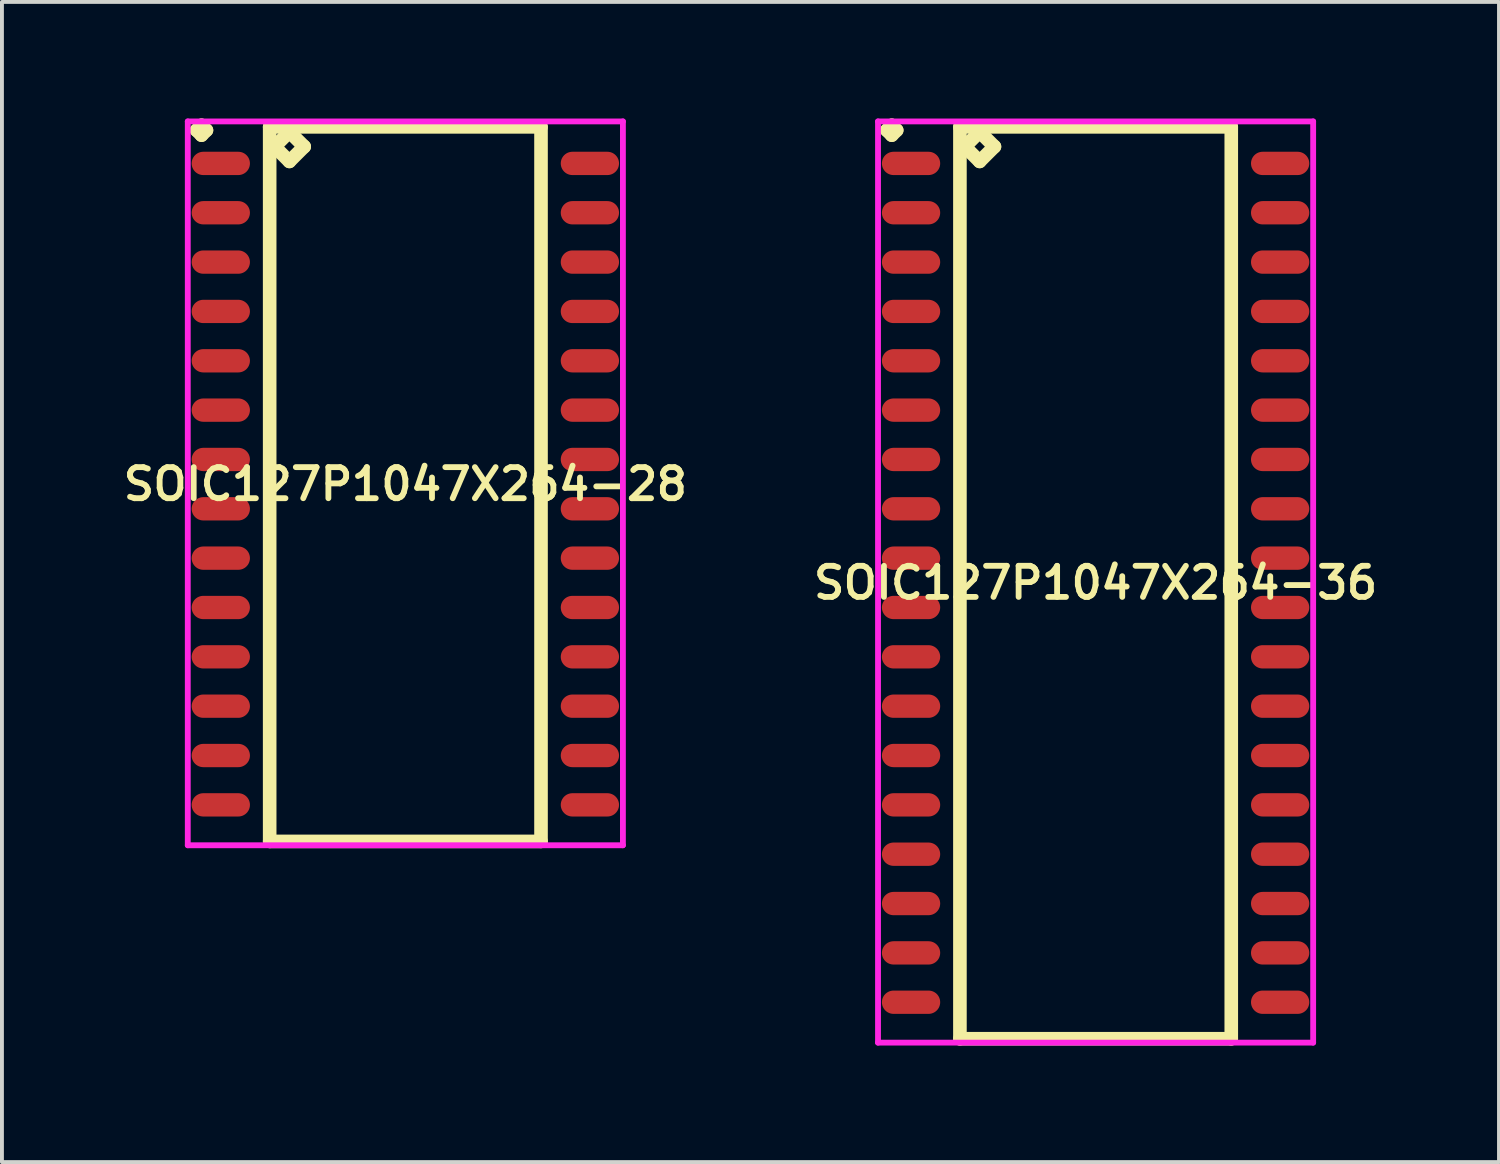
<source format=kicad_pcb>
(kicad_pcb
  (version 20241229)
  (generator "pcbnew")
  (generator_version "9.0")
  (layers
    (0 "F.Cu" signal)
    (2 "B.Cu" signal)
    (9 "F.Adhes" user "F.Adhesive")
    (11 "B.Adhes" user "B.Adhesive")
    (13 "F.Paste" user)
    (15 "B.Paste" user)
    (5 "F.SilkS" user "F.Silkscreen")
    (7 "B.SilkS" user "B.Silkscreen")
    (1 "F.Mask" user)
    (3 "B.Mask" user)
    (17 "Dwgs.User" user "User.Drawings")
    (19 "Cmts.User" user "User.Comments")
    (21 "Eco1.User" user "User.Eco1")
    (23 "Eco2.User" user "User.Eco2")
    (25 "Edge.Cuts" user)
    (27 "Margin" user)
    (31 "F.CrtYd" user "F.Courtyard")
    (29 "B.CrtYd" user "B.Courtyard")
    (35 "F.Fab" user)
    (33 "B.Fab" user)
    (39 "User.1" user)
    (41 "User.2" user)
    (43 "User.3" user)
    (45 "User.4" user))
  (footprint "SOIC127P1047X264-28"
    (layer "F.Cu")
    (at 7.383 9.411)
    (property "Reference" "SOIC127P1047X264-28" (at 0 0 0) (layer "F.SilkS") (effects (font (size 0.8 0.8) (thickness 0.15))))
    (attr smd)
    (fp_line (start -5.373 -9.109) (end -5.246 -9.236) (stroke (width 0.35) (type solid)) (layer "F.SilkS"))
    (fp_line (start -5.246 -9.236) (end -5.119 -9.109) (stroke (width 0.35) (type solid)) (layer "F.SilkS"))
    (fp_line (start -5.246 -8.982) (end -5.373 -9.109) (stroke (width 0.35) (type solid)) (layer "F.SilkS"))
    (fp_line (start -5.119 -9.109) (end -5.246 -8.982) (stroke (width 0.35) (type solid)) (layer "F.SilkS"))
    (fp_line (start -3.492 -9.195) (end -3.492 9.195) (stroke (width 0.35) (type solid)) (layer "F.SilkS"))
    (fp_line (start -3.492 9.195) (end 3.492 9.195) (stroke (width 0.35) (type solid)) (layer "F.SilkS"))
    (fp_line (start -3.365 -8.687) (end -2.984 -9.068) (stroke (width 0.35) (type solid)) (layer "F.SilkS"))
    (fp_line (start -2.984 -9.068) (end -2.603 -8.687) (stroke (width 0.35) (type solid)) (layer "F.SilkS"))
    (fp_line (start -2.984 -8.306) (end -3.365 -8.687) (stroke (width 0.35) (type solid)) (layer "F.SilkS"))
    (fp_line (start -2.603 -8.687) (end -2.984 -8.306) (stroke (width 0.35) (type solid)) (layer "F.SilkS"))
    (fp_line (start 3.492 -9.195) (end -3.492 -9.195) (stroke (width 0.35) (type solid)) (layer "F.SilkS"))
    (fp_line (start 3.492 9.195) (end 3.492 -9.195) (stroke (width 0.35) (type solid)) (layer "F.SilkS"))
    (fp_line (start -5.6 -9.336) (end 5.6 -9.336) (stroke (width 0.15) (type solid)) (layer "F.CrtYd"))
    (fp_line (start -5.6 9.295) (end -5.6 -9.336) (stroke (width 0.15) (type solid)) (layer "F.CrtYd"))
    (fp_line (start 5.6 -9.336) (end 5.6 9.295) (stroke (width 0.15) (type solid)) (layer "F.CrtYd"))
    (fp_line (start 5.6 9.295) (end -5.6 9.295) (stroke (width 0.15) (type solid)) (layer "F.CrtYd"))
    (pad "1" smd oval (at -4.75 -8.255) (size 1.5 0.6) (layers "F.Cu" "F.Mask" "F.Paste"))
    (pad "2" smd oval (at -4.75 -6.985) (size 1.5 0.6) (layers "F.Cu" "F.Mask" "F.Paste"))
    (pad "3" smd oval (at -4.75 -5.715) (size 1.5 0.6) (layers "F.Cu" "F.Mask" "F.Paste"))
    (pad "4" smd oval (at -4.75 -4.445) (size 1.5 0.6) (layers "F.Cu" "F.Mask" "F.Paste"))
    (pad "5" smd oval (at -4.75 -3.175) (size 1.5 0.6) (layers "F.Cu" "F.Mask" "F.Paste"))
    (pad "6" smd oval (at -4.75 -1.905) (size 1.5 0.6) (layers "F.Cu" "F.Mask" "F.Paste"))
    (pad "7" smd oval (at -4.75 -0.635) (size 1.5 0.6) (layers "F.Cu" "F.Mask" "F.Paste"))
    (pad "8" smd oval (at -4.75 0.635) (size 1.5 0.6) (layers "F.Cu" "F.Mask" "F.Paste"))
    (pad "9" smd oval (at -4.75 1.905) (size 1.5 0.6) (layers "F.Cu" "F.Mask" "F.Paste"))
    (pad "10" smd oval (at -4.75 3.175) (size 1.5 0.6) (layers "F.Cu" "F.Mask" "F.Paste"))
    (pad "11" smd oval (at -4.75 4.445) (size 1.5 0.6) (layers "F.Cu" "F.Mask" "F.Paste"))
    (pad "12" smd oval (at -4.75 5.715) (size 1.5 0.6) (layers "F.Cu" "F.Mask" "F.Paste"))
    (pad "13" smd oval (at -4.75 6.985) (size 1.5 0.6) (layers "F.Cu" "F.Mask" "F.Paste"))
    (pad "14" smd oval (at -4.75 8.255) (size 1.5 0.6) (layers "F.Cu" "F.Mask" "F.Paste"))
    (pad "15" smd oval (at 4.75 8.255) (size 1.5 0.6) (layers "F.Cu" "F.Mask" "F.Paste"))
    (pad "16" smd oval (at 4.75 6.985) (size 1.5 0.6) (layers "F.Cu" "F.Mask" "F.Paste"))
    (pad "17" smd oval (at 4.75 5.715) (size 1.5 0.6) (layers "F.Cu" "F.Mask" "F.Paste"))
    (pad "18" smd oval (at 4.75 4.445) (size 1.5 0.6) (layers "F.Cu" "F.Mask" "F.Paste"))
    (pad "19" smd oval (at 4.75 3.175) (size 1.5 0.6) (layers "F.Cu" "F.Mask" "F.Paste"))
    (pad "20" smd oval (at 4.75 1.905) (size 1.5 0.6) (layers "F.Cu" "F.Mask" "F.Paste"))
    (pad "21" smd oval (at 4.75 0.635) (size 1.5 0.6) (layers "F.Cu" "F.Mask" "F.Paste"))
    (pad "22" smd oval (at 4.75 -0.635) (size 1.5 0.6) (layers "F.Cu" "F.Mask" "F.Paste"))
    (pad "23" smd oval (at 4.75 -1.905) (size 1.5 0.6) (layers "F.Cu" "F.Mask" "F.Paste"))
    (pad "24" smd oval (at 4.75 -3.175) (size 1.5 0.6) (layers "F.Cu" "F.Mask" "F.Paste"))
    (pad "25" smd oval (at 4.75 -4.445) (size 1.5 0.6) (layers "F.Cu" "F.Mask" "F.Paste"))
    (pad "26" smd oval (at 4.75 -5.715) (size 1.5 0.6) (layers "F.Cu" "F.Mask" "F.Paste"))
    (pad "27" smd oval (at 4.75 -6.985) (size 1.5 0.6) (layers "F.Cu" "F.Mask" "F.Paste"))
    (pad "28" smd oval (at 4.75 -8.255) (size 1.5 0.6) (layers "F.Cu" "F.Mask" "F.Paste")))
  (footprint "SOIC127P1047X264-36"
    (layer "F.Cu")
    (at 25.149 11.951)
    (property "Reference" "SOIC127P1047X264-36" (at 0 0 0) (layer "F.SilkS") (effects (font (size 0.8 0.8) (thickness 0.15))))
    (attr smd)
    (fp_line (start -5.373 -11.649) (end -5.246 -11.776) (stroke (width 0.35) (type solid)) (layer "F.SilkS"))
    (fp_line (start -5.246 -11.776) (end -5.119 -11.649) (stroke (width 0.35) (type solid)) (layer "F.SilkS"))
    (fp_line (start -5.246 -11.522) (end -5.373 -11.649) (stroke (width 0.35) (type solid)) (layer "F.SilkS"))
    (fp_line (start -5.119 -11.649) (end -5.246 -11.522) (stroke (width 0.35) (type solid)) (layer "F.SilkS"))
    (fp_line (start -3.492 -11.735) (end -3.492 11.735) (stroke (width 0.35) (type solid)) (layer "F.SilkS"))
    (fp_line (start -3.492 11.735) (end 3.492 11.735) (stroke (width 0.35) (type solid)) (layer "F.SilkS"))
    (fp_line (start -3.365 -11.227) (end -2.984 -11.608) (stroke (width 0.35) (type solid)) (layer "F.SilkS"))
    (fp_line (start -2.984 -11.608) (end -2.603 -11.227) (stroke (width 0.35) (type solid)) (layer "F.SilkS"))
    (fp_line (start -2.984 -10.846) (end -3.365 -11.227) (stroke (width 0.35) (type solid)) (layer "F.SilkS"))
    (fp_line (start -2.603 -11.227) (end -2.984 -10.846) (stroke (width 0.35) (type solid)) (layer "F.SilkS"))
    (fp_line (start 3.492 -11.735) (end -3.492 -11.735) (stroke (width 0.35) (type solid)) (layer "F.SilkS"))
    (fp_line (start 3.492 11.735) (end 3.492 -11.735) (stroke (width 0.35) (type solid)) (layer "F.SilkS"))
    (fp_line (start -5.6 -11.876) (end 5.6 -11.876) (stroke (width 0.15) (type solid)) (layer "F.CrtYd"))
    (fp_line (start -5.6 11.835) (end -5.6 -11.876) (stroke (width 0.15) (type solid)) (layer "F.CrtYd"))
    (fp_line (start 5.6 -11.876) (end 5.6 11.835) (stroke (width 0.15) (type solid)) (layer "F.CrtYd"))
    (fp_line (start 5.6 11.835) (end -5.6 11.835) (stroke (width 0.15) (type solid)) (layer "F.CrtYd"))
    (pad "1" smd oval (at -4.75 -10.795) (size 1.5 0.6) (layers "F.Cu" "F.Mask" "F.Paste"))
    (pad "2" smd oval (at -4.75 -9.525) (size 1.5 0.6) (layers "F.Cu" "F.Mask" "F.Paste"))
    (pad "3" smd oval (at -4.75 -8.255) (size 1.5 0.6) (layers "F.Cu" "F.Mask" "F.Paste"))
    (pad "4" smd oval (at -4.75 -6.985) (size 1.5 0.6) (layers "F.Cu" "F.Mask" "F.Paste"))
    (pad "5" smd oval (at -4.75 -5.715) (size 1.5 0.6) (layers "F.Cu" "F.Mask" "F.Paste"))
    (pad "6" smd oval (at -4.75 -4.445) (size 1.5 0.6) (layers "F.Cu" "F.Mask" "F.Paste"))
    (pad "7" smd oval (at -4.75 -3.175) (size 1.5 0.6) (layers "F.Cu" "F.Mask" "F.Paste"))
    (pad "8" smd oval (at -4.75 -1.905) (size 1.5 0.6) (layers "F.Cu" "F.Mask" "F.Paste"))
    (pad "9" smd oval (at -4.75 -0.635) (size 1.5 0.6) (layers "F.Cu" "F.Mask" "F.Paste"))
    (pad "10" smd oval (at -4.75 0.635) (size 1.5 0.6) (layers "F.Cu" "F.Mask" "F.Paste"))
    (pad "11" smd oval (at -4.75 1.905) (size 1.5 0.6) (layers "F.Cu" "F.Mask" "F.Paste"))
    (pad "12" smd oval (at -4.75 3.175) (size 1.5 0.6) (layers "F.Cu" "F.Mask" "F.Paste"))
    (pad "13" smd oval (at -4.75 4.445) (size 1.5 0.6) (layers "F.Cu" "F.Mask" "F.Paste"))
    (pad "14" smd oval (at -4.75 5.715) (size 1.5 0.6) (layers "F.Cu" "F.Mask" "F.Paste"))
    (pad "15" smd oval (at -4.75 6.985) (size 1.5 0.6) (layers "F.Cu" "F.Mask" "F.Paste"))
    (pad "16" smd oval (at -4.75 8.255) (size 1.5 0.6) (layers "F.Cu" "F.Mask" "F.Paste"))
    (pad "17" smd oval (at -4.75 9.525) (size 1.5 0.6) (layers "F.Cu" "F.Mask" "F.Paste"))
    (pad "18" smd oval (at -4.75 10.795) (size 1.5 0.6) (layers "F.Cu" "F.Mask" "F.Paste"))
    (pad "19" smd oval (at 4.75 10.795) (size 1.5 0.6) (layers "F.Cu" "F.Mask" "F.Paste"))
    (pad "20" smd oval (at 4.75 9.525) (size 1.5 0.6) (layers "F.Cu" "F.Mask" "F.Paste"))
    (pad "21" smd oval (at 4.75 8.255) (size 1.5 0.6) (layers "F.Cu" "F.Mask" "F.Paste"))
    (pad "22" smd oval (at 4.75 6.985) (size 1.5 0.6) (layers "F.Cu" "F.Mask" "F.Paste"))
    (pad "23" smd oval (at 4.75 5.715) (size 1.5 0.6) (layers "F.Cu" "F.Mask" "F.Paste"))
    (pad "24" smd oval (at 4.75 4.445) (size 1.5 0.6) (layers "F.Cu" "F.Mask" "F.Paste"))
    (pad "25" smd oval (at 4.75 3.175) (size 1.5 0.6) (layers "F.Cu" "F.Mask" "F.Paste"))
    (pad "26" smd oval (at 4.75 1.905) (size 1.5 0.6) (layers "F.Cu" "F.Mask" "F.Paste"))
    (pad "27" smd oval (at 4.75 0.635) (size 1.5 0.6) (layers "F.Cu" "F.Mask" "F.Paste"))
    (pad "28" smd oval (at 4.75 -0.635) (size 1.5 0.6) (layers "F.Cu" "F.Mask" "F.Paste"))
    (pad "29" smd oval (at 4.75 -1.905) (size 1.5 0.6) (layers "F.Cu" "F.Mask" "F.Paste"))
    (pad "30" smd oval (at 4.75 -3.175) (size 1.5 0.6) (layers "F.Cu" "F.Mask" "F.Paste"))
    (pad "31" smd oval (at 4.75 -4.445) (size 1.5 0.6) (layers "F.Cu" "F.Mask" "F.Paste"))
    (pad "32" smd oval (at 4.75 -5.715) (size 1.5 0.6) (layers "F.Cu" "F.Mask" "F.Paste"))
    (pad "33" smd oval (at 4.75 -6.985) (size 1.5 0.6) (layers "F.Cu" "F.Mask" "F.Paste"))
    (pad "34" smd oval (at 4.75 -8.255) (size 1.5 0.6) (layers "F.Cu" "F.Mask" "F.Paste"))
    (pad "35" smd oval (at 4.75 -9.525) (size 1.5 0.6) (layers "F.Cu" "F.Mask" "F.Paste"))
    (pad "36" smd oval (at 4.75 -10.795) (size 1.5 0.6) (layers "F.Cu" "F.Mask" "F.Paste")))
  (gr_rect
    (start -3 -3)
    (end 35.532 26.861)
    (stroke (width 0.1) (type default))
    (fill no)
    (layer "Edge.Cuts")))
</source>
